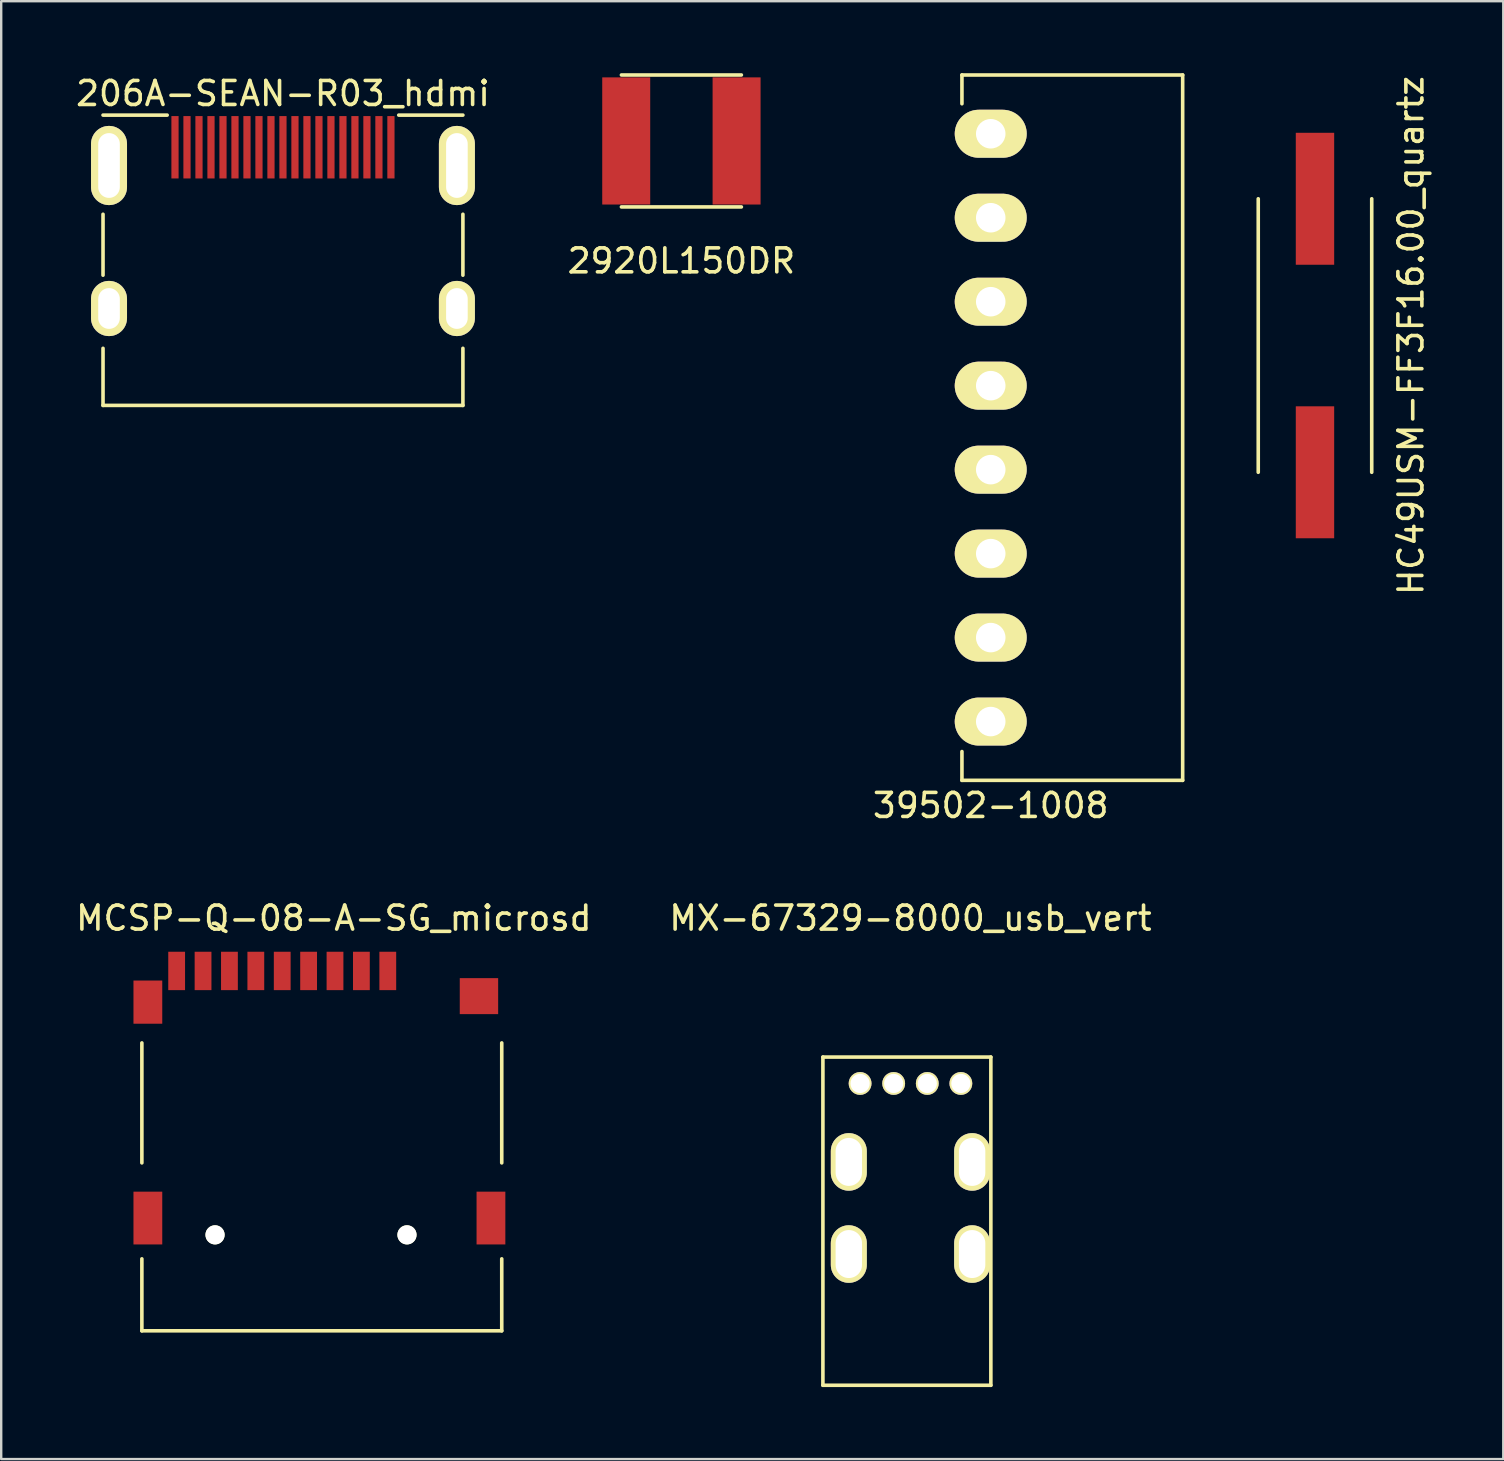
<source format=kicad_pcb>
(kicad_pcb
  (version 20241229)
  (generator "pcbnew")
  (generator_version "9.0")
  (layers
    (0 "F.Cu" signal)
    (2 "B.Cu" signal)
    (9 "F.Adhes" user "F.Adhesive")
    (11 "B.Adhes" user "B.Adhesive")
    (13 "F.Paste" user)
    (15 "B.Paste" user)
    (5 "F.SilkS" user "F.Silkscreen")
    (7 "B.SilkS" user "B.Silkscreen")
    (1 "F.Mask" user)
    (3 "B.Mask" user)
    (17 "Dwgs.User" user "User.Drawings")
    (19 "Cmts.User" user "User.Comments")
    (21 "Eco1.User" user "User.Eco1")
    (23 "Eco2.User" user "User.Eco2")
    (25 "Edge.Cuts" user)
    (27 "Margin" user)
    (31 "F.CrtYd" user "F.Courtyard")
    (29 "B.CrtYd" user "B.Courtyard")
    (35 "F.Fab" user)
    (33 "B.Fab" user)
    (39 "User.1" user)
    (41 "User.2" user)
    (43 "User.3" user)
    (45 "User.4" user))
  (footprint "MCSP-Q-08-A-SG_microsd"
    (layer "F.Cu")
    (at 10.863 48.419)
    (property "Reference" "MCSP-Q-08-A-SG_microsd" (at 0 -13.2 0) (layer "F.SilkS") (effects (font (size 1 1) (thickness 0.15))))
    (attr through_hole)
    (fp_line (start -8 -3) (end -8 -8) (stroke (width 0.15) (type solid)) (layer "F.SilkS"))
    (fp_line (start -8 4) (end -8 1) (stroke (width 0.15) (type solid)) (layer "F.SilkS"))
    (fp_line (start -8 4) (end 7 4) (stroke (width 0.15) (type solid)) (layer "F.SilkS"))
    (fp_line (start 7 -3) (end 7 -8) (stroke (width 0.15) (type solid)) (layer "F.SilkS"))
    (fp_line (start 7 4) (end 7 1) (stroke (width 0.15) (type solid)) (layer "F.SilkS"))
    (pad "" np_thru_hole circle (at -4.95 0) (size 0.8 0.8) (drill 0.8) (layers "*.Cu" "*.Mask" "F.SilkS"))
    (pad "" np_thru_hole circle (at 3.05 0) (size 0.8 0.8) (drill 0.8) (layers "*.Cu" "*.Mask" "F.SilkS"))
    (pad "1" smd rect (at 2.25 -11) (size 0.7 1.6) (layers "F.Cu" "F.Mask" "F.Paste"))
    (pad "2" smd rect (at 1.15 -11) (size 0.7 1.6) (layers "F.Cu" "F.Mask" "F.Paste"))
    (pad "3" smd rect (at 0.05 -11) (size 0.7 1.6) (layers "F.Cu" "F.Mask" "F.Paste"))
    (pad "4" smd rect (at -1.05 -11) (size 0.7 1.6) (layers "F.Cu" "F.Mask" "F.Paste"))
    (pad "5" smd rect (at -2.15 -11) (size 0.7 1.6) (layers "F.Cu" "F.Mask" "F.Paste"))
    (pad "6" smd rect (at -3.25 -11) (size 0.7 1.6) (layers "F.Cu" "F.Mask" "F.Paste"))
    (pad "7" smd rect (at -4.35 -11) (size 0.7 1.6) (layers "F.Cu" "F.Mask" "F.Paste"))
    (pad "8" smd rect (at -5.45 -11) (size 0.7 1.6) (layers "F.Cu" "F.Mask" "F.Paste"))
    (pad "CD" smd rect (at -6.55 -11) (size 0.7 1.6) (layers "F.Cu" "F.Mask" "F.Paste"))
    (pad "G" smd rect (at -7.75 -9.7) (size 1.2 1.8) (layers "F.Cu" "F.Mask" "F.Paste"))
    (pad "G" smd rect (at -7.75 -0.7) (size 1.2 2.2) (layers "F.Cu" "F.Mask" "F.Paste"))
    (pad "G" smd rect (at 6.05 -9.95) (size 1.6 1.5) (layers "F.Cu" "F.Mask" "F.Paste"))
    (pad "G" smd rect (at 6.55 -0.7) (size 1.2 2.2) (layers "F.Cu" "F.Mask" "F.Paste")))
  (footprint "206A-SEAN-R03_hdmi"
    (layer "F.Cu")
    (at 8.744 3.848)
    (property "Reference" "206A-SEAN-R03_hdmi" (at 0 -3 0) (layer "F.SilkS") (effects (font (size 1 1) (thickness 0.15))))
    (attr through_hole)
    (fp_line (start -7.5 -2.1) (end -4.826 -2.1) (stroke (width 0.15) (type solid)) (layer "F.SilkS"))
    (fp_line (start -7.5 4.572) (end -7.5 2.032) (stroke (width 0.15) (type solid)) (layer "F.SilkS"))
    (fp_line (start -7.5 7.62) (end -7.5 10) (stroke (width 0.15) (type solid)) (layer "F.SilkS"))
    (fp_line (start -7.5 10) (end 7.5 10) (stroke (width 0.15) (type solid)) (layer "F.SilkS"))
    (fp_line (start 7.5 -2.1) (end 4.826 -2.1) (stroke (width 0.15) (type solid)) (layer "F.SilkS"))
    (fp_line (start 7.5 4.572) (end 7.5 2.032) (stroke (width 0.15) (type solid)) (layer "F.SilkS"))
    (fp_line (start 7.5 10) (end 7.5 7.62) (stroke (width 0.15) (type solid)) (layer "F.SilkS"))
    (pad "1" smd rect (at 4.5 -0.76) (size 0.3 2.6) (layers "F.Cu" "F.Mask" "F.Paste"))
    (pad "2" smd rect (at 4 -0.76) (size 0.3 2.6) (layers "F.Cu" "F.Mask" "F.Paste"))
    (pad "3" smd rect (at 3.5 -0.76) (size 0.3 2.6) (layers "F.Cu" "F.Mask" "F.Paste"))
    (pad "4" smd rect (at 3 -0.76) (size 0.3 2.6) (layers "F.Cu" "F.Mask" "F.Paste"))
    (pad "5" smd rect (at 2.5 -0.76) (size 0.3 2.6) (layers "F.Cu" "F.Mask" "F.Paste"))
    (pad "6" smd rect (at 2 -0.76) (size 0.3 2.6) (layers "F.Cu" "F.Mask" "F.Paste"))
    (pad "7" smd rect (at 1.5 -0.76) (size 0.3 2.6) (layers "F.Cu" "F.Mask" "F.Paste"))
    (pad "8" smd rect (at 1 -0.76) (size 0.3 2.6) (layers "F.Cu" "F.Mask" "F.Paste"))
    (pad "9" smd rect (at 0.5 -0.76) (size 0.3 2.6) (layers "F.Cu" "F.Mask" "F.Paste"))
    (pad "10" smd rect (at 0 -0.76) (size 0.3 2.6) (layers "F.Cu" "F.Mask" "F.Paste"))
    (pad "11" smd rect (at -0.5 -0.76) (size 0.3 2.6) (layers "F.Cu" "F.Mask" "F.Paste"))
    (pad "12" smd rect (at -1 -0.76) (size 0.3 2.6) (layers "F.Cu" "F.Mask" "F.Paste"))
    (pad "13" smd rect (at -1.5 -0.76) (size 0.3 2.6) (layers "F.Cu" "F.Mask" "F.Paste"))
    (pad "14" smd rect (at -2 -0.76) (size 0.3 2.6) (layers "F.Cu" "F.Mask" "F.Paste"))
    (pad "15" smd rect (at -2.5 -0.76) (size 0.3 2.6) (layers "F.Cu" "F.Mask" "F.Paste"))
    (pad "16" smd rect (at -3 -0.76) (size 0.3 2.6) (layers "F.Cu" "F.Mask" "F.Paste"))
    (pad "17" smd rect (at -3.5 -0.76) (size 0.3 2.6) (layers "F.Cu" "F.Mask" "F.Paste"))
    (pad "18" smd rect (at -4 -0.76) (size 0.3 2.6) (layers "F.Cu" "F.Mask" "F.Paste"))
    (pad "19" smd rect (at -4.5 -0.76) (size 0.3 2.6) (layers "F.Cu" "F.Mask" "F.Paste"))
    (pad "G" thru_hole oval (at -7.25 0) (size 1.5 3.3) (drill oval 0.9 2.7) (layers "*.Cu" "*.Mask" "F.SilkS"))
    (pad "G" thru_hole oval (at -7.25 5.96) (size 1.5 2.3) (drill oval 0.9 1.7) (layers "*.Cu" "*.Mask" "F.SilkS"))
    (pad "G" thru_hole oval (at 7.25 0) (size 1.5 3.3) (drill oval 0.9 2.7) (layers "*.Cu" "*.Mask" "F.SilkS"))
    (pad "G" thru_hole oval (at 7.25 5.96) (size 1.5 2.3) (drill oval 0.9 1.7) (layers "*.Cu" "*.Mask" "F.SilkS")))
  (footprint "39502-1008"
    (layer "F.Cu")
    (at 38.244 14.775)
    (property "Reference" "39502-1008" (at 0 15.748 0) (layer "F.SilkS") (effects (font (size 1 1) (thickness 0.15))))
    (attr through_hole)
    (fp_line (start -1.2 -14.7) (end -1.2 -13.5) (stroke (width 0.15) (type solid)) (layer "F.SilkS"))
    (fp_line (start -1.2 14.7) (end -1.2 13.5) (stroke (width 0.15) (type solid)) (layer "F.SilkS"))
    (fp_line (start 8 -14.7) (end -1.2 -14.7) (stroke (width 0.15) (type solid)) (layer "F.SilkS"))
    (fp_line (start 8 -14.7) (end 8 14.7) (stroke (width 0.15) (type solid)) (layer "F.SilkS"))
    (fp_line (start 8 14.7) (end -1.2 14.7) (stroke (width 0.15) (type solid)) (layer "F.SilkS"))
    (pad "1" thru_hole oval (at 0 -12.25) (size 3 2) (drill 1.23) (layers "*.Cu" "*.Mask" "F.SilkS"))
    (pad "2" thru_hole oval (at 0 -8.75) (size 3 2) (drill 1.23) (layers "*.Cu" "*.Mask" "F.SilkS"))
    (pad "3" thru_hole oval (at 0 -5.25) (size 3 2) (drill 1.23) (layers "*.Cu" "*.Mask" "F.SilkS"))
    (pad "4" thru_hole oval (at 0 -1.75) (size 3 2) (drill 1.23) (layers "*.Cu" "*.Mask" "F.SilkS"))
    (pad "5" thru_hole oval (at 0 1.75) (size 3 2) (drill 1.23) (layers "*.Cu" "*.Mask" "F.SilkS"))
    (pad "6" thru_hole oval (at 0 5.25) (size 3 2) (drill 1.23) (layers "*.Cu" "*.Mask" "F.SilkS"))
    (pad "7" thru_hole oval (at 0 8.75) (size 3 2) (drill 1.23) (layers "*.Cu" "*.Mask" "F.SilkS"))
    (pad "8" thru_hole oval (at 0 12.25) (size 3 2) (drill 1.23) (layers "*.Cu" "*.Mask" "F.SilkS")))
  (footprint "HC49USM-FF3F16.00_quartz"
    (layer "F.Cu")
    (at 51.759 10.935)
    (property "Reference" "HC49USM-FF3F16.00_quartz" (at 4 0 90) (layer "F.SilkS") (effects (font (size 1 1) (thickness 0.15))))
    (attr through_hole)
    (fp_line (start -2.365 -5.7) (end -2.365 5.7) (stroke (width 0.15) (type solid)) (layer "F.SilkS"))
    (fp_line (start 2.365 -5.7) (end 2.365 5.7) (stroke (width 0.15) (type solid)) (layer "F.SilkS"))
    (pad "1" smd rect (at 0 -5.7) (size 1.6 5.5) (layers "F.Cu" "F.Mask" "F.Paste"))
    (pad "2" smd rect (at 0 5.7) (size 1.6 5.5) (layers "F.Cu" "F.Mask" "F.Paste")))
  (footprint "MX-67329-8000_usb_vert"
    (layer "F.Cu")
    (at 34.899 49.219)
    (property "Reference" "MX-67329-8000_usb_vert" (at 0 -14 0) (layer "F.SilkS") (effects (font (size 1 1) (thickness 0.15))))
    (attr through_hole)
    (fp_line (start -3.65 -8.21) (end 3.35 -8.21) (stroke (width 0.15) (type solid)) (layer "F.SilkS"))
    (fp_line (start -3.65 5.47) (end -3.65 -8.21) (stroke (width 0.15) (type solid)) (layer "F.SilkS"))
    (fp_line (start -3.65 5.47) (end 3.35 5.47) (stroke (width 0.15) (type solid)) (layer "F.SilkS"))
    (fp_line (start 3.35 5.47) (end 3.35 -8.21) (stroke (width 0.15) (type solid)) (layer "F.SilkS"))
    (pad "1" thru_hole circle (at 2.1 -7.11) (size 0.95 0.95) (drill 0.8) (layers "*.Cu" "*.Mask" "F.SilkS"))
    (pad "2" thru_hole circle (at 0.7 -7.11) (size 0.95 0.95) (drill 0.8) (layers "*.Cu" "*.Mask" "F.SilkS"))
    (pad "3" thru_hole circle (at -0.7 -7.11) (size 0.95 0.95) (drill 0.8) (layers "*.Cu" "*.Mask" "F.SilkS"))
    (pad "4" thru_hole circle (at -2.1 -7.11) (size 0.95 0.95) (drill 0.8) (layers "*.Cu" "*.Mask" "F.SilkS"))
    (pad "5" thru_hole oval (at -2.57 -3.84) (size 1.5 2.4) (drill oval 1.1 2) (layers "*.Cu" "*.Mask" "F.SilkS"))
    (pad "5" thru_hole oval (at -2.57 0) (size 1.5 2.4) (drill oval 1.1 2) (layers "*.Cu" "*.Mask" "F.SilkS"))
    (pad "5" thru_hole oval (at 2.57 -3.84) (size 1.5 2.4) (drill oval 1.1 2) (layers "*.Cu" "*.Mask" "F.SilkS"))
    (pad "5" thru_hole oval (at 2.57 0) (size 1.5 2.4) (drill oval 1.1 2) (layers "*.Cu" "*.Mask" "F.SilkS")))
  (footprint "2920L150DR"
    (layer "F.Cu")
    (at 25.351 2.825)
    (property "Reference" "2920L150DR" (at 0 5 0) (layer "F.SilkS") (effects (font (size 1 1) (thickness 0.15))))
    (attr through_hole)
    (fp_line (start -2.5 -2.75) (end 2.5 -2.75) (stroke (width 0.15) (type solid)) (layer "F.SilkS"))
    (fp_line (start 2.5 2.75) (end -2.5 2.75) (stroke (width 0.15) (type solid)) (layer "F.SilkS"))
    (pad "1" smd trapezoid (at -2.3 0) (size 2 5.3) (layers "F.Cu" "F.Mask" "F.Paste"))
    (pad "2" smd trapezoid (at 2.3 0) (size 2 5.3) (layers "F.Cu" "F.Mask" "F.Paste")))
  (gr_rect
    (start -3 -3)
    (end 59.607 57.764)
    (stroke (width 0.1) (type default))
    (fill no)
    (layer "Edge.Cuts")))
</source>
